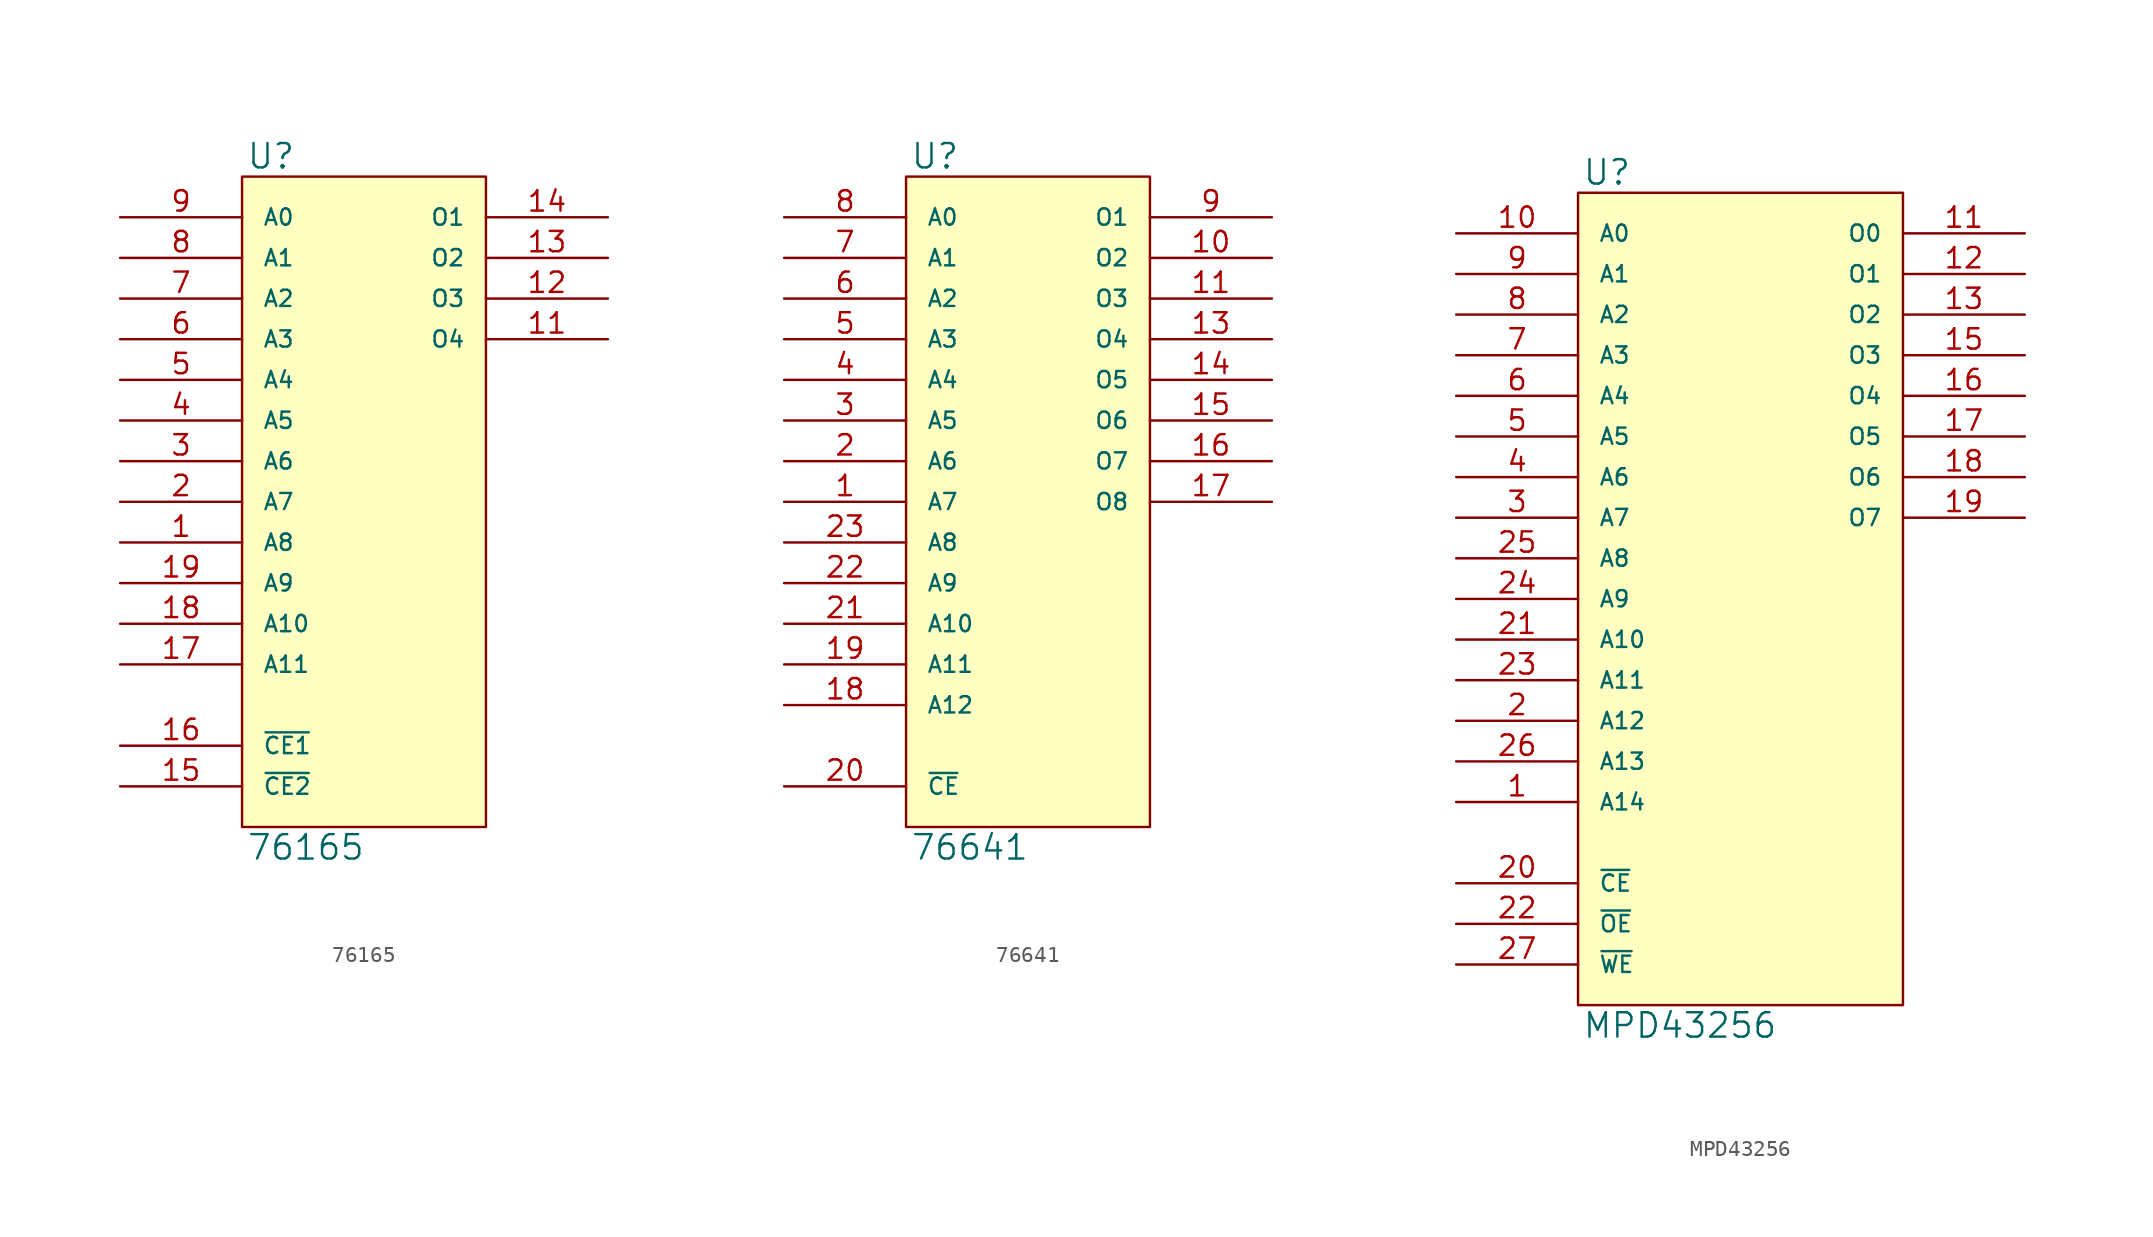
<source format=kicad_sym>
(kicad_symbol_lib
  (version 20231120)
  (generator "kicad_symbol_editor")
  (generator_version "8.0")
  (symbol "76165"
    (pin_names
      (offset 1.27))
    (property "Reference" "U"
      (at 0.254 0.381 0)
      (effects (font (size 1.524 1.524)) (justify left bottom)))
    (property "Value" "76165"
      (at 0.254 -41.021 0)
      (effects (font (size 1.524 1.524)) (justify left top)))
    (symbol "76165_0_1"
      (rectangle (start 0 0) (end 15.24 -40.64) (stroke (width 0) (type solid)) (fill (type background))))
    (symbol "76165_1_1"
      (pin input line (at -7.62 -22.86 0) (length 7.62) (name "A8" (effects (font (size 1.016 1.016)))) (number "1" (effects (font (size 1.27 1.27)))))
      (pin power_in line (at 0 -40.64 90) (length 0) hide (name "GND" (effects (font (size 1.016 1.016)))) (number "10" (effects (font (size 1.27 1.27)))))
      (pin tri_state line (at 22.86 -10.16 180) (length 7.62) (name "O4" (effects (font (size 1.016 1.016)))) (number "11" (effects (font (size 1.27 1.27)))))
      (pin tri_state line (at 22.86 -7.62 180) (length 7.62) (name "O3" (effects (font (size 1.016 1.016)))) (number "12" (effects (font (size 1.27 1.27)))))
      (pin tri_state line (at 22.86 -5.08 180) (length 7.62) (name "O2" (effects (font (size 1.016 1.016)))) (number "13" (effects (font (size 1.27 1.27)))))
      (pin tri_state line (at 22.86 -2.54 180) (length 7.62) (name "O1" (effects (font (size 1.016 1.016)))) (number "14" (effects (font (size 1.27 1.27)))))
      (pin input line (at -7.62 -38.1 0) (length 7.62) (name "~{CE2}" (effects (font (size 1.016 1.016)))) (number "15" (effects (font (size 1.27 1.27)))))
      (pin input line (at -7.62 -35.56 0) (length 7.62) (name "~{CE1}" (effects (font (size 1.016 1.016)))) (number "16" (effects (font (size 1.27 1.27)))))
      (pin input line (at -7.62 -30.48 0) (length 7.62) (name "A11" (effects (font (size 1.016 1.016)))) (number "17" (effects (font (size 1.27 1.27)))))
      (pin input line (at -7.62 -27.94 0) (length 7.62) (name "A10" (effects (font (size 1.016 1.016)))) (number "18" (effects (font (size 1.27 1.27)))))
      (pin input line (at -7.62 -25.4 0) (length 7.62) (name "A9" (effects (font (size 1.016 1.016)))) (number "19" (effects (font (size 1.27 1.27)))))
      (pin input line (at -7.62 -20.32 0) (length 7.62) (name "A7" (effects (font (size 1.016 1.016)))) (number "2" (effects (font (size 1.27 1.27)))))
      (pin power_in line (at 0 0 270) (length 0) hide (name "VCC" (effects (font (size 1.016 1.016)))) (number "20" (effects (font (size 1.27 1.27)))))
      (pin input line (at -7.62 -17.78 0) (length 7.62) (name "A6" (effects (font (size 1.016 1.016)))) (number "3" (effects (font (size 1.27 1.27)))))
      (pin input line (at -7.62 -15.24 0) (length 7.62) (name "A5" (effects (font (size 1.016 1.016)))) (number "4" (effects (font (size 1.27 1.27)))))
      (pin input line (at -7.62 -12.7 0) (length 7.62) (name "A4" (effects (font (size 1.016 1.016)))) (number "5" (effects (font (size 1.27 1.27)))))
      (pin input line (at -7.62 -10.16 0) (length 7.62) (name "A3" (effects (font (size 1.016 1.016)))) (number "6" (effects (font (size 1.27 1.27)))))
      (pin input line (at -7.62 -7.62 0) (length 7.62) (name "A2" (effects (font (size 1.016 1.016)))) (number "7" (effects (font (size 1.27 1.27)))))
      (pin input line (at -7.62 -5.08 0) (length 7.62) (name "A1" (effects (font (size 1.016 1.016)))) (number "8" (effects (font (size 1.27 1.27)))))
      (pin input line (at -7.62 -2.54 0) (length 7.62) (name "A0" (effects (font (size 1.016 1.016)))) (number "9" (effects (font (size 1.27 1.27)))))))
  (symbol "76641"
    (pin_names
      (offset 1.27))
    (property "Reference" "U"
      (at 0.254 0.381 0)
      (effects (font (size 1.524 1.524)) (justify left bottom)))
    (property "Value" "76641"
      (at 0.254 -41.021 0)
      (effects (font (size 1.524 1.524)) (justify left top)))
    (symbol "76641_0_1"
      (rectangle (start 0 0) (end 15.24 -40.64) (stroke (width 0) (type solid)) (fill (type background))))
    (symbol "76641_1_1"
      (pin input line (at -7.62 -20.32 0) (length 7.62) (name "A7" (effects (font (size 1.016 1.016)))) (number "1" (effects (font (size 1.27 1.27)))))
      (pin tri_state line (at 22.86 -5.08 180) (length 7.62) (name "O2" (effects (font (size 1.016 1.016)))) (number "10" (effects (font (size 1.27 1.27)))))
      (pin tri_state line (at 22.86 -7.62 180) (length 7.62) (name "O3" (effects (font (size 1.016 1.016)))) (number "11" (effects (font (size 1.27 1.27)))))
      (pin power_in line (at 0 -40.64 90) (length 0) hide (name "GND" (effects (font (size 1.016 1.016)))) (number "12" (effects (font (size 1.27 1.27)))))
      (pin tri_state line (at 22.86 -10.16 180) (length 7.62) (name "O4" (effects (font (size 1.016 1.016)))) (number "13" (effects (font (size 1.27 1.27)))))
      (pin tri_state line (at 22.86 -12.7 180) (length 7.62) (name "O5" (effects (font (size 1.016 1.016)))) (number "14" (effects (font (size 1.27 1.27)))))
      (pin tri_state line (at 22.86 -15.24 180) (length 7.62) (name "O6" (effects (font (size 1.016 1.016)))) (number "15" (effects (font (size 1.27 1.27)))))
      (pin tri_state line (at 22.86 -17.78 180) (length 7.62) (name "O7" (effects (font (size 1.016 1.016)))) (number "16" (effects (font (size 1.27 1.27)))))
      (pin tri_state line (at 22.86 -20.32 180) (length 7.62) (name "O8" (effects (font (size 1.016 1.016)))) (number "17" (effects (font (size 1.27 1.27)))))
      (pin input line (at -7.62 -33.02 0) (length 7.62) (name "A12" (effects (font (size 1.016 1.016)))) (number "18" (effects (font (size 1.27 1.27)))))
      (pin input line (at -7.62 -30.48 0) (length 7.62) (name "A11" (effects (font (size 1.016 1.016)))) (number "19" (effects (font (size 1.27 1.27)))))
      (pin input line (at -7.62 -17.78 0) (length 7.62) (name "A6" (effects (font (size 1.016 1.016)))) (number "2" (effects (font (size 1.27 1.27)))))
      (pin input line (at -7.62 -38.1 0) (length 7.62) (name "~{CE}" (effects (font (size 1.016 1.016)))) (number "20" (effects (font (size 1.27 1.27)))))
      (pin input line (at -7.62 -27.94 0) (length 7.62) (name "A10" (effects (font (size 1.016 1.016)))) (number "21" (effects (font (size 1.27 1.27)))))
      (pin input line (at -7.62 -25.4 0) (length 7.62) (name "A9" (effects (font (size 1.016 1.016)))) (number "22" (effects (font (size 1.27 1.27)))))
      (pin input line (at -7.62 -22.86 0) (length 7.62) (name "A8" (effects (font (size 1.016 1.016)))) (number "23" (effects (font (size 1.27 1.27)))))
      (pin power_in line (at 0 0 270) (length 0) hide (name "VCC" (effects (font (size 1.016 1.016)))) (number "24" (effects (font (size 1.27 1.27)))))
      (pin input line (at -7.62 -15.24 0) (length 7.62) (name "A5" (effects (font (size 1.016 1.016)))) (number "3" (effects (font (size 1.27 1.27)))))
      (pin input line (at -7.62 -12.7 0) (length 7.62) (name "A4" (effects (font (size 1.016 1.016)))) (number "4" (effects (font (size 1.27 1.27)))))
      (pin input line (at -7.62 -10.16 0) (length 7.62) (name "A3" (effects (font (size 1.016 1.016)))) (number "5" (effects (font (size 1.27 1.27)))))
      (pin input line (at -7.62 -7.62 0) (length 7.62) (name "A2" (effects (font (size 1.016 1.016)))) (number "6" (effects (font (size 1.27 1.27)))))
      (pin input line (at -7.62 -5.08 0) (length 7.62) (name "A1" (effects (font (size 1.016 1.016)))) (number "7" (effects (font (size 1.27 1.27)))))
      (pin input line (at -7.62 -2.54 0) (length 7.62) (name "A0" (effects (font (size 1.016 1.016)))) (number "8" (effects (font (size 1.27 1.27)))))
      (pin tri_state line (at 22.86 -2.54 180) (length 7.62) (name "O1" (effects (font (size 1.016 1.016)))) (number "9" (effects (font (size 1.27 1.27)))))))
  (symbol "MPD43256"
    (pin_names
      (offset 1.27))
    (property "Reference" "U"
      (at 0.254 0.381 0)
      (effects (font (size 1.524 1.524)) (justify left bottom)))
    (property "Value" "MPD43256"
      (at 0.254 -51.181 0)
      (effects (font (size 1.524 1.524)) (justify left top)))
    (symbol "MPD43256_0_1"
      (rectangle (start 0 0) (end 20.32 -50.8) (stroke (width 0) (type solid)) (fill (type background))))
    (symbol "MPD43256_1_1"
      (pin input line (at -7.62 -38.1 0) (length 7.62) (name "A14" (effects (font (size 1.016 1.016)))) (number "1" (effects (font (size 1.27 1.27)))))
      (pin input line (at -7.62 -2.54 0) (length 7.62) (name "A0" (effects (font (size 1.016 1.016)))) (number "10" (effects (font (size 1.27 1.27)))))
      (pin tri_state line (at 27.94 -2.54 180) (length 7.62) (name "O0" (effects (font (size 1.016 1.016)))) (number "11" (effects (font (size 1.27 1.27)))))
      (pin tri_state line (at 27.94 -5.08 180) (length 7.62) (name "O1" (effects (font (size 1.016 1.016)))) (number "12" (effects (font (size 1.27 1.27)))))
      (pin tri_state line (at 27.94 -7.62 180) (length 7.62) (name "O2" (effects (font (size 1.016 1.016)))) (number "13" (effects (font (size 1.27 1.27)))))
      (pin power_in line (at 0 -50.8 90) (length 0) hide (name "GND" (effects (font (size 1.016 1.016)))) (number "14" (effects (font (size 1.27 1.27)))))
      (pin tri_state line (at 27.94 -10.16 180) (length 7.62) (name "O3" (effects (font (size 1.016 1.016)))) (number "15" (effects (font (size 1.27 1.27)))))
      (pin tri_state line (at 27.94 -12.7 180) (length 7.62) (name "O4" (effects (font (size 1.016 1.016)))) (number "16" (effects (font (size 1.27 1.27)))))
      (pin tri_state line (at 27.94 -15.24 180) (length 7.62) (name "O5" (effects (font (size 1.016 1.016)))) (number "17" (effects (font (size 1.27 1.27)))))
      (pin tri_state line (at 27.94 -17.78 180) (length 7.62) (name "O6" (effects (font (size 1.016 1.016)))) (number "18" (effects (font (size 1.27 1.27)))))
      (pin tri_state line (at 27.94 -20.32 180) (length 7.62) (name "O7" (effects (font (size 1.016 1.016)))) (number "19" (effects (font (size 1.27 1.27)))))
      (pin input line (at -7.62 -33.02 0) (length 7.62) (name "A12" (effects (font (size 1.016 1.016)))) (number "2" (effects (font (size 1.27 1.27)))))
      (pin input line (at -7.62 -43.18 0) (length 7.62) (name "~{CE}" (effects (font (size 1.016 1.016)))) (number "20" (effects (font (size 1.27 1.27)))))
      (pin input line (at -7.62 -27.94 0) (length 7.62) (name "A10" (effects (font (size 1.016 1.016)))) (number "21" (effects (font (size 1.27 1.27)))))
      (pin input line (at -7.62 -45.72 0) (length 7.62) (name "~{OE}" (effects (font (size 1.016 1.016)))) (number "22" (effects (font (size 1.27 1.27)))))
      (pin input line (at -7.62 -30.48 0) (length 7.62) (name "A11" (effects (font (size 1.016 1.016)))) (number "23" (effects (font (size 1.27 1.27)))))
      (pin input line (at -7.62 -25.4 0) (length 7.62) (name "A9" (effects (font (size 1.016 1.016)))) (number "24" (effects (font (size 1.27 1.27)))))
      (pin input line (at -7.62 -22.86 0) (length 7.62) (name "A8" (effects (font (size 1.016 1.016)))) (number "25" (effects (font (size 1.27 1.27)))))
      (pin input line (at -7.62 -35.56 0) (length 7.62) (name "A13" (effects (font (size 1.016 1.016)))) (number "26" (effects (font (size 1.27 1.27)))))
      (pin input line (at -7.62 -48.26 0) (length 7.62) (name "~{WE}" (effects (font (size 1.016 1.016)))) (number "27" (effects (font (size 1.27 1.27)))))
      (pin power_in line (at 0 0 270) (length 0) hide (name "VCC" (effects (font (size 1.016 1.016)))) (number "28" (effects (font (size 1.27 1.27)))))
      (pin input line (at -7.62 -20.32 0) (length 7.62) (name "A7" (effects (font (size 1.016 1.016)))) (number "3" (effects (font (size 1.27 1.27)))))
      (pin input line (at -7.62 -17.78 0) (length 7.62) (name "A6" (effects (font (size 1.016 1.016)))) (number "4" (effects (font (size 1.27 1.27)))))
      (pin input line (at -7.62 -15.24 0) (length 7.62) (name "A5" (effects (font (size 1.016 1.016)))) (number "5" (effects (font (size 1.27 1.27)))))
      (pin input line (at -7.62 -12.7 0) (length 7.62) (name "A4" (effects (font (size 1.016 1.016)))) (number "6" (effects (font (size 1.27 1.27)))))
      (pin input line (at -7.62 -10.16 0) (length 7.62) (name "A3" (effects (font (size 1.016 1.016)))) (number "7" (effects (font (size 1.27 1.27)))))
      (pin input line (at -7.62 -7.62 0) (length 7.62) (name "A2" (effects (font (size 1.016 1.016)))) (number "8" (effects (font (size 1.27 1.27)))))
      (pin input line (at -7.62 -5.08 0) (length 7.62) (name "A1" (effects (font (size 1.016 1.016)))) (number "9" (effects (font (size 1.27 1.27))))))))
</source>
